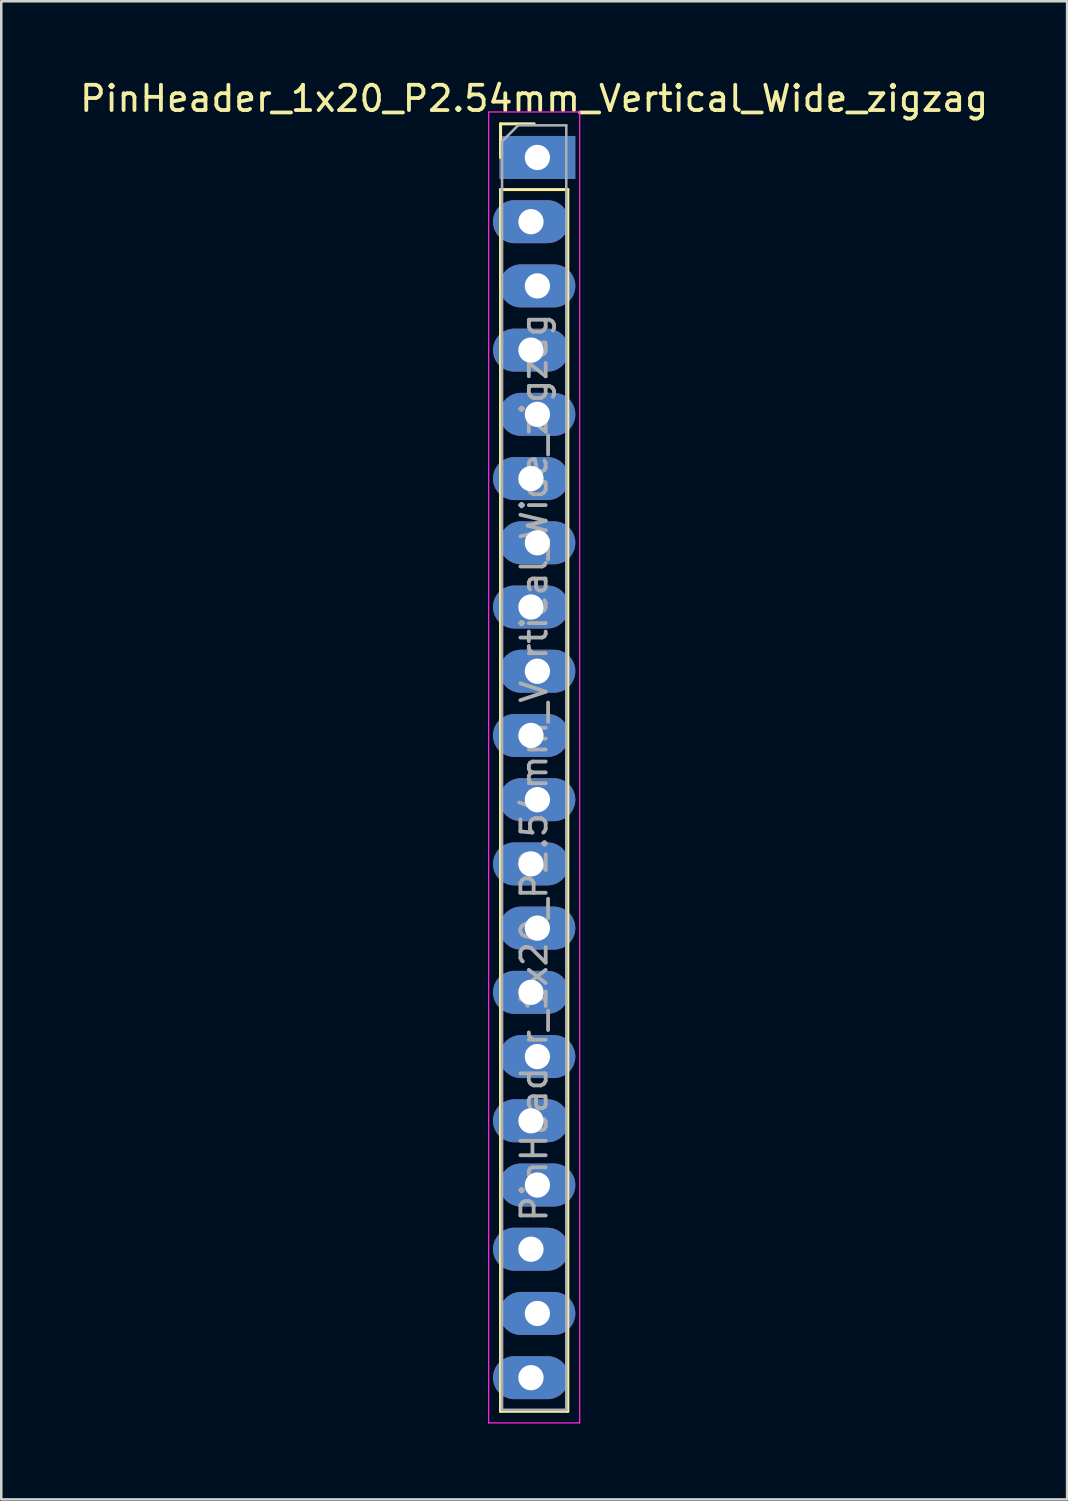
<source format=kicad_pcb>
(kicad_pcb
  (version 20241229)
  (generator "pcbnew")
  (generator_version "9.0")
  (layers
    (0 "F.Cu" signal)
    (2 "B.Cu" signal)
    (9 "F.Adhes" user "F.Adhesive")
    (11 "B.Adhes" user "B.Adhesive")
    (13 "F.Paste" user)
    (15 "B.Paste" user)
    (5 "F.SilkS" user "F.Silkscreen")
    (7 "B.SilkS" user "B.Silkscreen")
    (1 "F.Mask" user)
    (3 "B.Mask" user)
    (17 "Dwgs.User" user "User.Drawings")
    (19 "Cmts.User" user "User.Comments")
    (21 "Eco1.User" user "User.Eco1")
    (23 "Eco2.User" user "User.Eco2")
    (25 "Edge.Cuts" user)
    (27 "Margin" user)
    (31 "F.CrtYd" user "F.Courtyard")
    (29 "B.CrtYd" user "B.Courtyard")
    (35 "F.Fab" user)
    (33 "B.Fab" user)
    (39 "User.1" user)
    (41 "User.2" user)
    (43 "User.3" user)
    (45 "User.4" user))
  (footprint "PinHeader_1x20_P2.54mm_Vertical_Wide_zigzag"
    (layer "F.Cu")
    (at 18.077 3.178)
    (property "Reference" "PinHeader_1x20_P2.54mm_Vertical_Wide_zigzag" (at 0 -2.33 0) (layer "F.SilkS") (effects (font (size 1 1) (thickness 0.15))))
    (attr through_hole)
    (fp_line (start -1.33 -1.33) (end 0 -1.33) (stroke (width 0.12) (type solid)) (layer "F.SilkS"))
    (fp_line (start -1.33 0) (end -1.33 -1.33) (stroke (width 0.12) (type solid)) (layer "F.SilkS"))
    (fp_line (start -1.33 1.27) (end -1.33 49.59) (stroke (width 0.12) (type solid)) (layer "F.SilkS"))
    (fp_line (start -1.33 1.27) (end 1.33 1.27) (stroke (width 0.12) (type solid)) (layer "F.SilkS"))
    (fp_line (start -1.33 49.59) (end 1.33 49.59) (stroke (width 0.12) (type solid)) (layer "F.SilkS"))
    (fp_line (start 1.33 1.27) (end 1.33 49.59) (stroke (width 0.12) (type solid)) (layer "F.SilkS"))
    (fp_line (start -1.8 -1.8) (end -1.8 50.05) (stroke (width 0.05) (type solid)) (layer "F.CrtYd"))
    (fp_line (start -1.8 50.05) (end 1.8 50.05) (stroke (width 0.05) (type solid)) (layer "F.CrtYd"))
    (fp_line (start 1.8 -1.8) (end -1.8 -1.8) (stroke (width 0.05) (type solid)) (layer "F.CrtYd"))
    (fp_line (start 1.8 50.05) (end 1.8 -1.8) (stroke (width 0.05) (type solid)) (layer "F.CrtYd"))
    (fp_line (start -1.27 -0.635) (end -0.635 -1.27) (stroke (width 0.1) (type solid)) (layer "F.Fab"))
    (fp_line (start -1.27 49.53) (end -1.27 -0.635) (stroke (width 0.1) (type solid)) (layer "F.Fab"))
    (fp_line (start -0.635 -1.27) (end 1.27 -1.27) (stroke (width 0.1) (type solid)) (layer "F.Fab"))
    (fp_line (start 1.27 -1.27) (end 1.27 49.53) (stroke (width 0.1) (type solid)) (layer "F.Fab"))
    (fp_line (start 1.27 49.53) (end -1.27 49.53) (stroke (width 0.1) (type solid)) (layer "F.Fab"))
    (fp_text user "${REFERENCE}" (at 0 24.13 90) (layer "F.Fab") (effects (font (size 1 1) (thickness 0.15))))
    (pad "1" thru_hole rect (at 0.127 0) (size 3 1.7) (drill 1) (layers "*.Cu" "*.Mask"))
    (pad "2" thru_hole oval (at -0.127 2.54) (size 3 1.7) (drill 1) (layers "*.Cu" "*.Mask"))
    (pad "3" thru_hole oval (at 0.127 5.08) (size 3 1.7) (drill 1) (layers "*.Cu" "*.Mask"))
    (pad "4" thru_hole oval (at -0.127 7.62) (size 3 1.7) (drill 1) (layers "*.Cu" "*.Mask"))
    (pad "5" thru_hole oval (at 0.127 10.16) (size 3 1.7) (drill 1) (layers "*.Cu" "*.Mask"))
    (pad "6" thru_hole oval (at -0.127 12.7) (size 3 1.7) (drill 1) (layers "*.Cu" "*.Mask"))
    (pad "7" thru_hole oval (at 0.127 15.24) (size 3 1.7) (drill 1) (layers "*.Cu" "*.Mask"))
    (pad "8" thru_hole oval (at -0.127 17.78) (size 3 1.7) (drill 1) (layers "*.Cu" "*.Mask"))
    (pad "9" thru_hole oval (at 0.127 20.32) (size 3 1.7) (drill 1) (layers "*.Cu" "*.Mask"))
    (pad "10" thru_hole oval (at -0.127 22.86) (size 3 1.7) (drill 1) (layers "*.Cu" "*.Mask"))
    (pad "11" thru_hole oval (at 0.127 25.4) (size 3 1.7) (drill 1) (layers "*.Cu" "*.Mask"))
    (pad "12" thru_hole oval (at -0.127 27.94) (size 3 1.7) (drill 1) (layers "*.Cu" "*.Mask"))
    (pad "13" thru_hole oval (at 0.127 30.48) (size 3 1.7) (drill 1) (layers "*.Cu" "*.Mask"))
    (pad "14" thru_hole oval (at -0.127 33.02) (size 3 1.7) (drill 1) (layers "*.Cu" "*.Mask"))
    (pad "15" thru_hole oval (at 0.127 35.56) (size 3 1.7) (drill 1) (layers "*.Cu" "*.Mask"))
    (pad "16" thru_hole oval (at -0.127 38.1) (size 3 1.7) (drill 1) (layers "*.Cu" "*.Mask"))
    (pad "17" thru_hole oval (at 0.127 40.64) (size 3 1.7) (drill 1) (layers "*.Cu" "*.Mask"))
    (pad "18" thru_hole oval (at -0.127 43.18) (size 3 1.7) (drill 1) (layers "*.Cu" "*.Mask"))
    (pad "19" thru_hole oval (at 0.127 45.72) (size 3 1.7) (drill 1) (layers "*.Cu" "*.Mask"))
    (pad "20" thru_hole oval (at -0.127 48.26) (size 3 1.7) (drill 1) (layers "*.Cu" "*.Mask")))
  (gr_rect
    (start -3 -3)
    (end 39.155 56.253)
    (stroke (width 0.1) (type default))
    (fill no)
    (layer "Edge.Cuts")))
</source>
